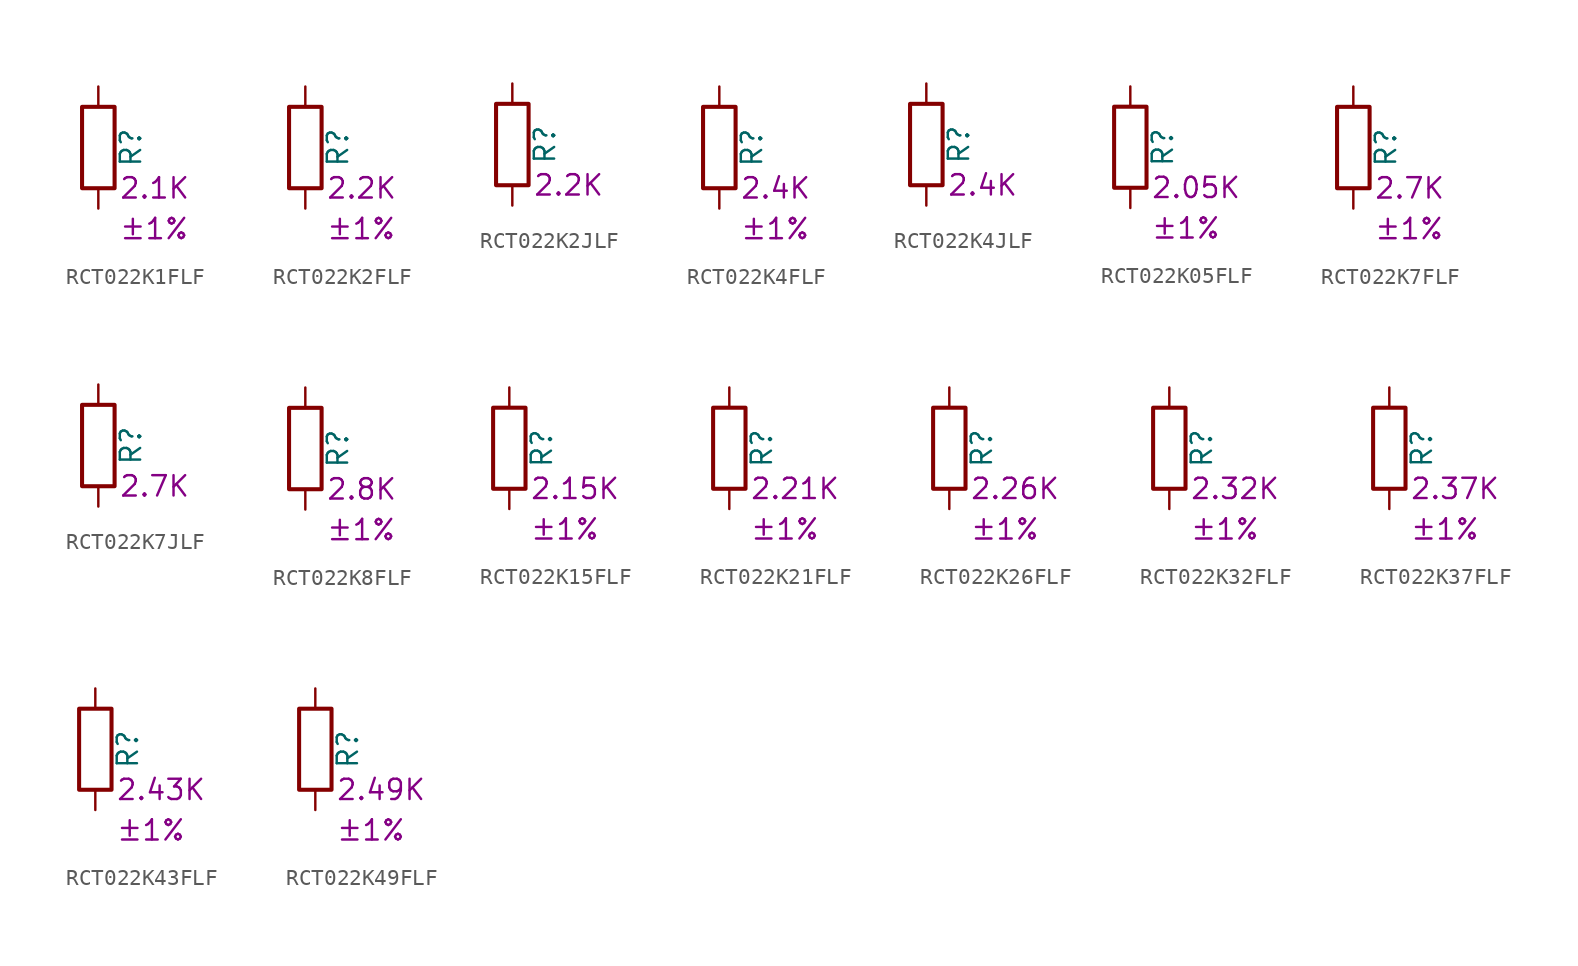
<source format=kicad_sym>
(kicad_symbol_lib
  (version 20220914)
  (generator kicad_symbol_editor)
  (symbol "RCT022K1FLF"
    (pin_numbers hide)
    (pin_names
      (offset 0))
    (property "Reference" "R"
      (at 2.032 0 90)
      (effects (font (size 1.27 1.27))))
    (property "Resistance" "2.1K"
      (at 1.27 -2.54 0)
      (effects (font (size 1.27 1.27)) (justify left)))
    (property "Tolerance" "±1%"
      (at 1.27 -5.08 0)
      (effects (font (size 1.27 1.27)) (justify left)))
    (symbol "RCT022K1FLF_0_1"
      (rectangle (start -1.016 -2.54) (end 1.016 2.54) (stroke (width 0.254) (type default)) (fill (type none))))
    (symbol "RCT022K1FLF_1_1"
      (pin passive line (at 0 3.81 270) (length 1.27) (name "~" (effects (font (size 1.27 1.27)))) (number "1" (effects (font (size 1.27 1.27)))))
      (pin passive line (at 0 -3.81 90) (length 1.27) (name "~" (effects (font (size 1.27 1.27)))) (number "2" (effects (font (size 1.27 1.27)))))))
  (symbol "RCT022K2FLF"
    (pin_numbers hide)
    (pin_names
      (offset 0))
    (property "Reference" "R"
      (at 2.032 0 90)
      (effects (font (size 1.27 1.27))))
    (property "Resistance" "2.2K"
      (at 1.27 -2.54 0)
      (effects (font (size 1.27 1.27)) (justify left)))
    (property "Tolerance" "±1%"
      (at 1.27 -5.08 0)
      (effects (font (size 1.27 1.27)) (justify left)))
    (symbol "RCT022K2FLF_0_1"
      (rectangle (start -1.016 -2.54) (end 1.016 2.54) (stroke (width 0.254) (type default)) (fill (type none))))
    (symbol "RCT022K2FLF_1_1"
      (pin passive line (at 0 3.81 270) (length 1.27) (name "~" (effects (font (size 1.27 1.27)))) (number "1" (effects (font (size 1.27 1.27)))))
      (pin passive line (at 0 -3.81 90) (length 1.27) (name "~" (effects (font (size 1.27 1.27)))) (number "2" (effects (font (size 1.27 1.27)))))))
  (symbol "RCT022K2JLF"
    (pin_numbers hide)
    (pin_names
      (offset 0))
    (property "Reference" "R"
      (at 2.032 0 90)
      (effects (font (size 1.27 1.27))))
    (property "Resistance" "2.2K"
      (at 1.27 -2.54 0)
      (effects (font (size 1.27 1.27)) (justify left)))
    (symbol "RCT022K2JLF_0_1"
      (rectangle (start -1.016 -2.54) (end 1.016 2.54) (stroke (width 0.254) (type default)) (fill (type none))))
    (symbol "RCT022K2JLF_1_1"
      (pin passive line (at 0 3.81 270) (length 1.27) (name "~" (effects (font (size 1.27 1.27)))) (number "1" (effects (font (size 1.27 1.27)))))
      (pin passive line (at 0 -3.81 90) (length 1.27) (name "~" (effects (font (size 1.27 1.27)))) (number "2" (effects (font (size 1.27 1.27)))))))
  (symbol "RCT022K4FLF"
    (pin_numbers hide)
    (pin_names
      (offset 0))
    (property "Reference" "R"
      (at 2.032 0 90)
      (effects (font (size 1.27 1.27))))
    (property "Resistance" "2.4K"
      (at 1.27 -2.54 0)
      (effects (font (size 1.27 1.27)) (justify left)))
    (property "Tolerance" "±1%"
      (at 1.27 -5.08 0)
      (effects (font (size 1.27 1.27)) (justify left)))
    (symbol "RCT022K4FLF_0_1"
      (rectangle (start -1.016 -2.54) (end 1.016 2.54) (stroke (width 0.254) (type default)) (fill (type none))))
    (symbol "RCT022K4FLF_1_1"
      (pin passive line (at 0 3.81 270) (length 1.27) (name "~" (effects (font (size 1.27 1.27)))) (number "1" (effects (font (size 1.27 1.27)))))
      (pin passive line (at 0 -3.81 90) (length 1.27) (name "~" (effects (font (size 1.27 1.27)))) (number "2" (effects (font (size 1.27 1.27)))))))
  (symbol "RCT022K4JLF"
    (pin_numbers hide)
    (pin_names
      (offset 0))
    (property "Reference" "R"
      (at 2.032 0 90)
      (effects (font (size 1.27 1.27))))
    (property "Resistance" "2.4K"
      (at 1.27 -2.54 0)
      (effects (font (size 1.27 1.27)) (justify left)))
    (symbol "RCT022K4JLF_0_1"
      (rectangle (start -1.016 -2.54) (end 1.016 2.54) (stroke (width 0.254) (type default)) (fill (type none))))
    (symbol "RCT022K4JLF_1_1"
      (pin passive line (at 0 3.81 270) (length 1.27) (name "~" (effects (font (size 1.27 1.27)))) (number "1" (effects (font (size 1.27 1.27)))))
      (pin passive line (at 0 -3.81 90) (length 1.27) (name "~" (effects (font (size 1.27 1.27)))) (number "2" (effects (font (size 1.27 1.27)))))))
  (symbol "RCT022K05FLF"
    (pin_numbers hide)
    (pin_names
      (offset 0))
    (property "Reference" "R"
      (at 2.032 0 90)
      (effects (font (size 1.27 1.27))))
    (property "Resistance" "2.05K"
      (at 1.27 -2.54 0)
      (effects (font (size 1.27 1.27)) (justify left)))
    (property "Tolerance" "±1%"
      (at 1.27 -5.08 0)
      (effects (font (size 1.27 1.27)) (justify left)))
    (symbol "RCT022K05FLF_0_1"
      (rectangle (start -1.016 -2.54) (end 1.016 2.54) (stroke (width 0.254) (type default)) (fill (type none))))
    (symbol "RCT022K05FLF_1_1"
      (pin passive line (at 0 3.81 270) (length 1.27) (name "~" (effects (font (size 1.27 1.27)))) (number "1" (effects (font (size 1.27 1.27)))))
      (pin passive line (at 0 -3.81 90) (length 1.27) (name "~" (effects (font (size 1.27 1.27)))) (number "2" (effects (font (size 1.27 1.27)))))))
  (symbol "RCT022K7FLF"
    (pin_numbers hide)
    (pin_names
      (offset 0))
    (property "Reference" "R"
      (at 2.032 0 90)
      (effects (font (size 1.27 1.27))))
    (property "Resistance" "2.7K"
      (at 1.27 -2.54 0)
      (effects (font (size 1.27 1.27)) (justify left)))
    (property "Tolerance" "±1%"
      (at 1.27 -5.08 0)
      (effects (font (size 1.27 1.27)) (justify left)))
    (symbol "RCT022K7FLF_0_1"
      (rectangle (start -1.016 -2.54) (end 1.016 2.54) (stroke (width 0.254) (type default)) (fill (type none))))
    (symbol "RCT022K7FLF_1_1"
      (pin passive line (at 0 3.81 270) (length 1.27) (name "~" (effects (font (size 1.27 1.27)))) (number "1" (effects (font (size 1.27 1.27)))))
      (pin passive line (at 0 -3.81 90) (length 1.27) (name "~" (effects (font (size 1.27 1.27)))) (number "2" (effects (font (size 1.27 1.27)))))))
  (symbol "RCT022K7JLF"
    (pin_numbers hide)
    (pin_names
      (offset 0))
    (property "Reference" "R"
      (at 2.032 0 90)
      (effects (font (size 1.27 1.27))))
    (property "Resistance" "2.7K"
      (at 1.27 -2.54 0)
      (effects (font (size 1.27 1.27)) (justify left)))
    (symbol "RCT022K7JLF_0_1"
      (rectangle (start -1.016 -2.54) (end 1.016 2.54) (stroke (width 0.254) (type default)) (fill (type none))))
    (symbol "RCT022K7JLF_1_1"
      (pin passive line (at 0 3.81 270) (length 1.27) (name "~" (effects (font (size 1.27 1.27)))) (number "1" (effects (font (size 1.27 1.27)))))
      (pin passive line (at 0 -3.81 90) (length 1.27) (name "~" (effects (font (size 1.27 1.27)))) (number "2" (effects (font (size 1.27 1.27)))))))
  (symbol "RCT022K8FLF"
    (pin_numbers hide)
    (pin_names
      (offset 0))
    (property "Reference" "R"
      (at 2.032 0 90)
      (effects (font (size 1.27 1.27))))
    (property "Resistance" "2.8K"
      (at 1.27 -2.54 0)
      (effects (font (size 1.27 1.27)) (justify left)))
    (property "Tolerance" "±1%"
      (at 1.27 -5.08 0)
      (effects (font (size 1.27 1.27)) (justify left)))
    (symbol "RCT022K8FLF_0_1"
      (rectangle (start -1.016 -2.54) (end 1.016 2.54) (stroke (width 0.254) (type default)) (fill (type none))))
    (symbol "RCT022K8FLF_1_1"
      (pin passive line (at 0 3.81 270) (length 1.27) (name "~" (effects (font (size 1.27 1.27)))) (number "1" (effects (font (size 1.27 1.27)))))
      (pin passive line (at 0 -3.81 90) (length 1.27) (name "~" (effects (font (size 1.27 1.27)))) (number "2" (effects (font (size 1.27 1.27)))))))
  (symbol "RCT022K15FLF"
    (pin_numbers hide)
    (pin_names
      (offset 0))
    (property "Reference" "R"
      (at 2.032 0 90)
      (effects (font (size 1.27 1.27))))
    (property "Resistance" "2.15K"
      (at 1.27 -2.54 0)
      (effects (font (size 1.27 1.27)) (justify left)))
    (property "Tolerance" "±1%"
      (at 1.27 -5.08 0)
      (effects (font (size 1.27 1.27)) (justify left)))
    (symbol "RCT022K15FLF_0_1"
      (rectangle (start -1.016 -2.54) (end 1.016 2.54) (stroke (width 0.254) (type default)) (fill (type none))))
    (symbol "RCT022K15FLF_1_1"
      (pin passive line (at 0 3.81 270) (length 1.27) (name "~" (effects (font (size 1.27 1.27)))) (number "1" (effects (font (size 1.27 1.27)))))
      (pin passive line (at 0 -3.81 90) (length 1.27) (name "~" (effects (font (size 1.27 1.27)))) (number "2" (effects (font (size 1.27 1.27)))))))
  (symbol "RCT022K21FLF"
    (pin_numbers hide)
    (pin_names
      (offset 0))
    (property "Reference" "R"
      (at 2.032 0 90)
      (effects (font (size 1.27 1.27))))
    (property "Resistance" "2.21K"
      (at 1.27 -2.54 0)
      (effects (font (size 1.27 1.27)) (justify left)))
    (property "Tolerance" "±1%"
      (at 1.27 -5.08 0)
      (effects (font (size 1.27 1.27)) (justify left)))
    (symbol "RCT022K21FLF_0_1"
      (rectangle (start -1.016 -2.54) (end 1.016 2.54) (stroke (width 0.254) (type default)) (fill (type none))))
    (symbol "RCT022K21FLF_1_1"
      (pin passive line (at 0 3.81 270) (length 1.27) (name "~" (effects (font (size 1.27 1.27)))) (number "1" (effects (font (size 1.27 1.27)))))
      (pin passive line (at 0 -3.81 90) (length 1.27) (name "~" (effects (font (size 1.27 1.27)))) (number "2" (effects (font (size 1.27 1.27)))))))
  (symbol "RCT022K26FLF"
    (pin_numbers hide)
    (pin_names
      (offset 0))
    (property "Reference" "R"
      (at 2.032 0 90)
      (effects (font (size 1.27 1.27))))
    (property "Resistance" "2.26K"
      (at 1.27 -2.54 0)
      (effects (font (size 1.27 1.27)) (justify left)))
    (property "Tolerance" "±1%"
      (at 1.27 -5.08 0)
      (effects (font (size 1.27 1.27)) (justify left)))
    (symbol "RCT022K26FLF_0_1"
      (rectangle (start -1.016 -2.54) (end 1.016 2.54) (stroke (width 0.254) (type default)) (fill (type none))))
    (symbol "RCT022K26FLF_1_1"
      (pin passive line (at 0 3.81 270) (length 1.27) (name "~" (effects (font (size 1.27 1.27)))) (number "1" (effects (font (size 1.27 1.27)))))
      (pin passive line (at 0 -3.81 90) (length 1.27) (name "~" (effects (font (size 1.27 1.27)))) (number "2" (effects (font (size 1.27 1.27)))))))
  (symbol "RCT022K32FLF"
    (pin_numbers hide)
    (pin_names
      (offset 0))
    (property "Reference" "R"
      (at 2.032 0 90)
      (effects (font (size 1.27 1.27))))
    (property "Resistance" "2.32K"
      (at 1.27 -2.54 0)
      (effects (font (size 1.27 1.27)) (justify left)))
    (property "Tolerance" "±1%"
      (at 1.27 -5.08 0)
      (effects (font (size 1.27 1.27)) (justify left)))
    (symbol "RCT022K32FLF_0_1"
      (rectangle (start -1.016 -2.54) (end 1.016 2.54) (stroke (width 0.254) (type default)) (fill (type none))))
    (symbol "RCT022K32FLF_1_1"
      (pin passive line (at 0 3.81 270) (length 1.27) (name "~" (effects (font (size 1.27 1.27)))) (number "1" (effects (font (size 1.27 1.27)))))
      (pin passive line (at 0 -3.81 90) (length 1.27) (name "~" (effects (font (size 1.27 1.27)))) (number "2" (effects (font (size 1.27 1.27)))))))
  (symbol "RCT022K37FLF"
    (pin_numbers hide)
    (pin_names
      (offset 0))
    (property "Reference" "R"
      (at 2.032 0 90)
      (effects (font (size 1.27 1.27))))
    (property "Resistance" "2.37K"
      (at 1.27 -2.54 0)
      (effects (font (size 1.27 1.27)) (justify left)))
    (property "Tolerance" "±1%"
      (at 1.27 -5.08 0)
      (effects (font (size 1.27 1.27)) (justify left)))
    (symbol "RCT022K37FLF_0_1"
      (rectangle (start -1.016 -2.54) (end 1.016 2.54) (stroke (width 0.254) (type default)) (fill (type none))))
    (symbol "RCT022K37FLF_1_1"
      (pin passive line (at 0 3.81 270) (length 1.27) (name "~" (effects (font (size 1.27 1.27)))) (number "1" (effects (font (size 1.27 1.27)))))
      (pin passive line (at 0 -3.81 90) (length 1.27) (name "~" (effects (font (size 1.27 1.27)))) (number "2" (effects (font (size 1.27 1.27)))))))
  (symbol "RCT022K43FLF"
    (pin_numbers hide)
    (pin_names
      (offset 0))
    (property "Reference" "R"
      (at 2.032 0 90)
      (effects (font (size 1.27 1.27))))
    (property "Resistance" "2.43K"
      (at 1.27 -2.54 0)
      (effects (font (size 1.27 1.27)) (justify left)))
    (property "Tolerance" "±1%"
      (at 1.27 -5.08 0)
      (effects (font (size 1.27 1.27)) (justify left)))
    (symbol "RCT022K43FLF_0_1"
      (rectangle (start -1.016 -2.54) (end 1.016 2.54) (stroke (width 0.254) (type default)) (fill (type none))))
    (symbol "RCT022K43FLF_1_1"
      (pin passive line (at 0 3.81 270) (length 1.27) (name "~" (effects (font (size 1.27 1.27)))) (number "1" (effects (font (size 1.27 1.27)))))
      (pin passive line (at 0 -3.81 90) (length 1.27) (name "~" (effects (font (size 1.27 1.27)))) (number "2" (effects (font (size 1.27 1.27)))))))
  (symbol "RCT022K49FLF"
    (pin_numbers hide)
    (pin_names
      (offset 0))
    (property "Reference" "R"
      (at 2.032 0 90)
      (effects (font (size 1.27 1.27))))
    (property "Resistance" "2.49K"
      (at 1.27 -2.54 0)
      (effects (font (size 1.27 1.27)) (justify left)))
    (property "Tolerance" "±1%"
      (at 1.27 -5.08 0)
      (effects (font (size 1.27 1.27)) (justify left)))
    (symbol "RCT022K49FLF_0_1"
      (rectangle (start -1.016 -2.54) (end 1.016 2.54) (stroke (width 0.254) (type default)) (fill (type none))))
    (symbol "RCT022K49FLF_1_1"
      (pin passive line (at 0 3.81 270) (length 1.27) (name "~" (effects (font (size 1.27 1.27)))) (number "1" (effects (font (size 1.27 1.27)))))
      (pin passive line (at 0 -3.81 90) (length 1.27) (name "~" (effects (font (size 1.27 1.27)))) (number "2" (effects (font (size 1.27 1.27))))))))
</source>
